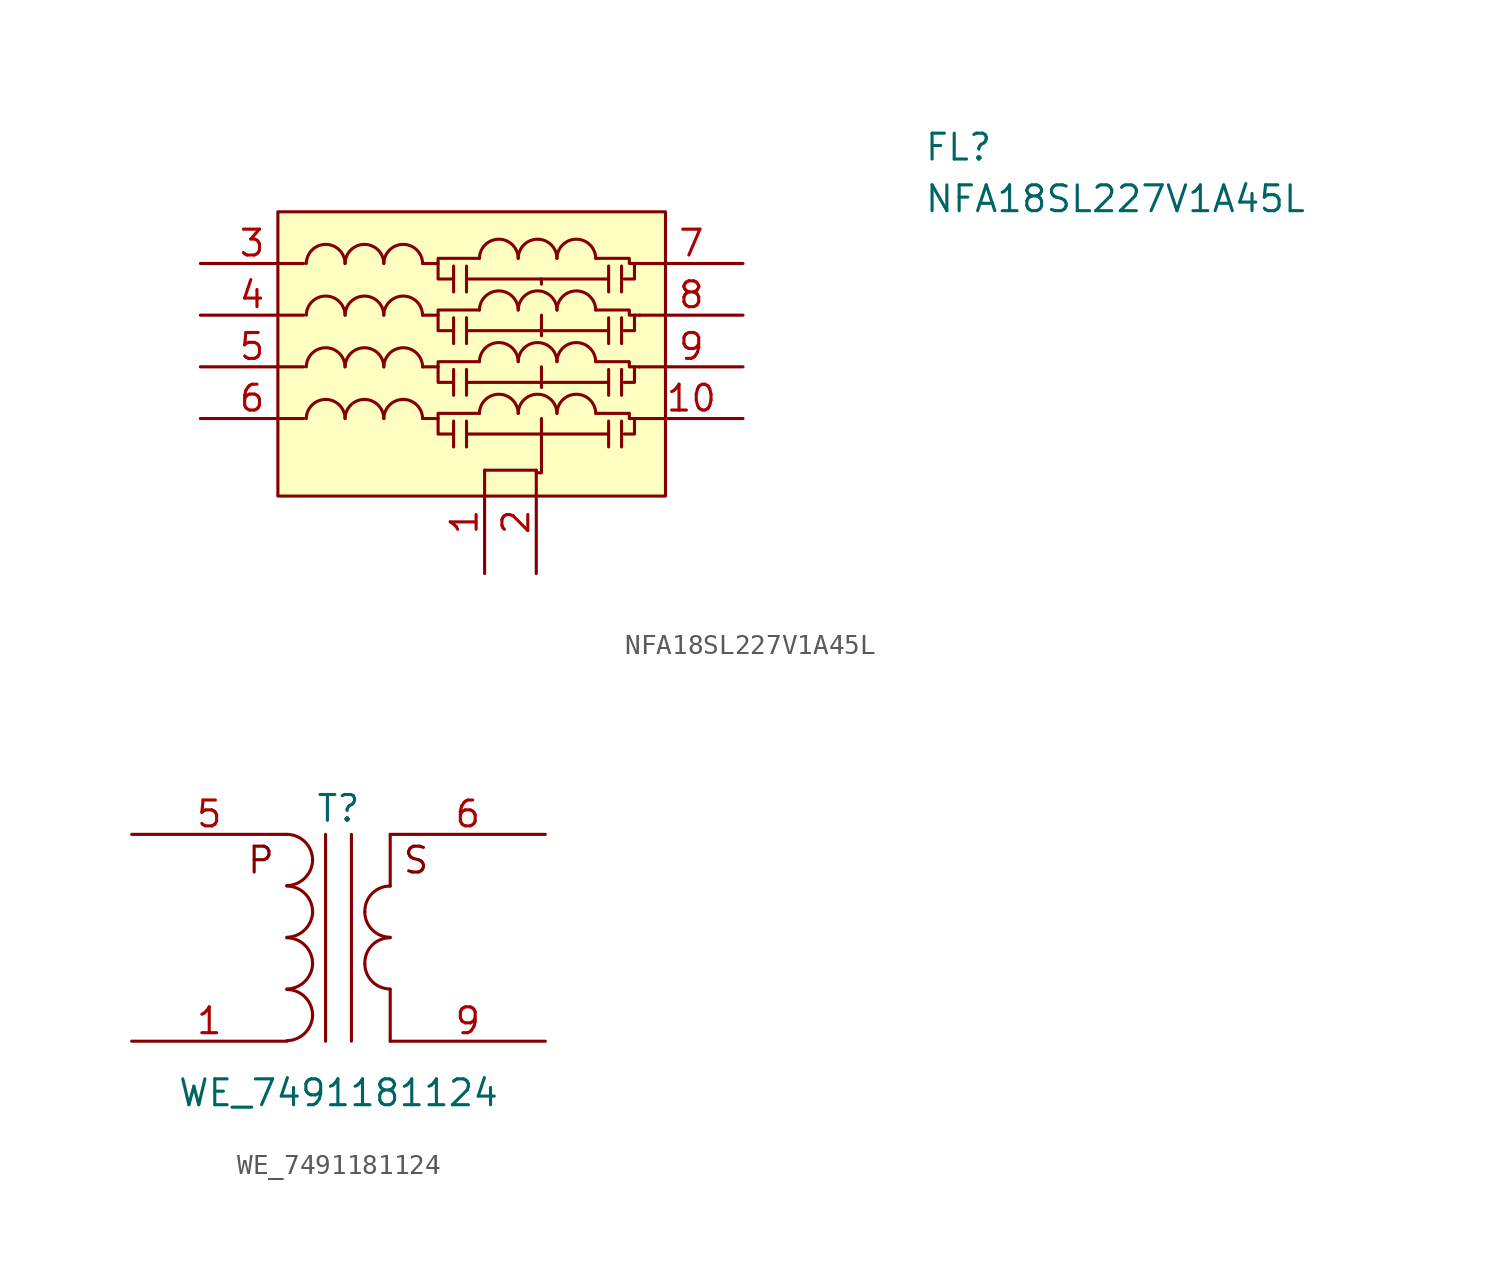
<source format=kicad_sym>
(kicad_symbol_lib
  (version 20211014)
  (generator kicad_symbol_editor)
  (symbol "NFA18SL227V1A45L"
    (pin_names
      (offset 0.762))
    (property "Reference" "FL"
      (at 20.32 9.525 0)
      (effects (font (size 1.27 1.27)) (justify left)))
    (property "Value" "NFA18SL227V1A45L"
      (at 20.32 6.985 0)
      (effects (font (size 1.27 1.27)) (justify left)))
    (symbol "NFA18SL227V1A45L_0_0"
      (pin passive line (at -1.27 -11.43 90) (length 5.08) (name "~" (effects (font (size 1.27 1.27)))) (number "1" (effects (font (size 1.27 1.27)))))
      (pin bidirectional line (at 11.43 -3.81 180) (length 5.08) (name "~" (effects (font (size 1.27 1.27)))) (number "10" (effects (font (size 1.27 1.27)))))
      (pin passive line (at 1.27 -11.43 90) (length 5.08) (name "~" (effects (font (size 1.27 1.27)))) (number "2" (effects (font (size 1.27 1.27)))))
      (pin bidirectional line (at -15.24 3.81 0) (length 5.08) (name "~" (effects (font (size 1.27 1.27)))) (number "3" (effects (font (size 1.27 1.27)))))
      (pin bidirectional line (at -15.24 1.27 0) (length 5.08) (name "~" (effects (font (size 1.27 1.27)))) (number "4" (effects (font (size 1.27 1.27)))))
      (pin bidirectional line (at -15.24 -1.27 0) (length 5.08) (name "~" (effects (font (size 1.27 1.27)))) (number "5" (effects (font (size 1.27 1.27)))))
      (pin bidirectional line (at -15.24 -3.81 0) (length 5.08) (name "~" (effects (font (size 1.27 1.27)))) (number "6" (effects (font (size 1.27 1.27)))))
      (pin bidirectional line (at 11.43 3.81 180) (length 5.08) (name "~" (effects (font (size 1.27 1.27)))) (number "7" (effects (font (size 1.27 1.27)))))
      (pin bidirectional line (at 11.43 1.27 180) (length 5.08) (name "~" (effects (font (size 1.27 1.27)))) (number "8" (effects (font (size 1.27 1.27)))))
      (pin bidirectional line (at 11.43 -1.27 180) (length 5.08) (name "~" (effects (font (size 1.27 1.27)))) (number "9" (effects (font (size 1.27 1.27))))))
    (symbol "NFA18SL227V1A45L_0_1"
      (rectangle (start -11.43 6.35) (end 7.62 -7.62) (stroke (width 0) (type default) (color 0 0 0 0)) (fill (type background)))
      (arc (start -8.128 3.81) (mid -9.0678 4.7498) (end -10.033 3.81) (stroke (width 0) (type default) (color 0 0 0 0)) (fill (type none)))
      (polyline (pts (xy -2.794 3.683) (xy -2.794 2.413)) (stroke (width 0) (type default) (color 0 0 0 0)) (fill (type none)))
      (polyline (pts (xy -2.159 3.683) (xy -2.159 2.413)) (stroke (width 0) (type default) (color 0 0 0 0)) (fill (type none)))
      (polyline (pts (xy -1.27 -6.35) (xy 1.27 -6.35)) (stroke (width 0) (type default) (color 0 0 0 0)) (fill (type none)))
      (polyline (pts (xy 1.524 -3.81) (xy 1.524 -5.334)) (stroke (width 0) (type default) (color 0 0 0 0)) (fill (type none)))
      (polyline (pts (xy 1.524 -1.27) (xy 1.524 -2.286)) (stroke (width 0) (type default) (color 0 0 0 0)) (fill (type none)))
      (polyline (pts (xy 1.524 0.508) (xy 1.524 0.254)) (stroke (width 0) (type default) (color 0 0 0 0)) (fill (type none)))
      (polyline (pts (xy 1.524 3.048) (xy 1.524 2.794)) (stroke (width 0) (type default) (color 0 0 0 0)) (fill (type none)))
      (polyline (pts (xy 4.826 3.048) (xy -2.159 3.048)) (stroke (width 0) (type default) (color 0 0 0 0)) (fill (type none)))
      (polyline (pts (xy 4.826 3.683) (xy 4.826 2.413)) (stroke (width 0) (type default) (color 0 0 0 0)) (fill (type none)))
      (polyline (pts (xy 5.461 3.683) (xy 5.461 2.413)) (stroke (width 0) (type default) (color 0 0 0 0)) (fill (type none)))
      (polyline (pts (xy 6.096 -3.81) (xy 6.35 -3.81)) (stroke (width 0) (type default) (color 0 0 0 0)) (fill (type none)))
      (polyline (pts (xy 6.096 -1.27) (xy 6.35 -1.27)) (stroke (width 0) (type default) (color 0 0 0 0)) (fill (type none)))
      (polyline (pts (xy 6.096 1.27) (xy 6.35 1.27)) (stroke (width 0) (type default) (color 0 0 0 0)) (fill (type none)))
      (polyline (pts (xy 6.096 3.81) (xy 6.35 3.81)) (stroke (width 0) (type default) (color 0 0 0 0)) (fill (type none)))
      (polyline (pts (xy -3.556 3.81) (xy -3.556 3.048) (xy -2.794 3.048)) (stroke (width 0) (type default) (color 0 0 0 0)) (fill (type none)))
      (polyline (pts (xy 1.524 -5.334) (xy 1.524 -6.477) (xy 1.27 -6.477)) (stroke (width 0) (type default) (color 0 0 0 0)) (fill (type none)))
      (polyline (pts (xy 1.524 1.27) (xy 1.524 1.016) (xy 1.524 0.508)) (stroke (width 0) (type default) (color 0 0 0 0)) (fill (type none)))
      (polyline (pts (xy -4.318 3.81) (xy -3.556 3.81) (xy -3.556 4.064) (xy -1.524 4.064)) (stroke (width 0) (type default) (color 0 0 0 0)) (fill (type none)))
      (polyline (pts (xy 4.191 4.064) (xy 5.842 4.064) (xy 5.842 3.81) (xy 6.096 3.81) (xy 6.096 3.048) (xy 5.588 3.048)) (stroke (width 0) (type default) (color 0 0 0 0)) (fill (type none))))
    (symbol "NFA18SL227V1A45L_1_1"
      (arc (start -8.128 -3.81) (mid -9.0678 -2.8702) (end -10.033 -3.81) (stroke (width 0) (type default) (color 0 0 0 0)) (fill (type none)))
      (arc (start -8.128 -1.27) (mid -9.0678 -0.3302) (end -10.033 -1.27) (stroke (width 0) (type default) (color 0 0 0 0)) (fill (type none)))
      (arc (start -8.128 1.27) (mid -9.0678 2.2098) (end -10.033 1.27) (stroke (width 0) (type default) (color 0 0 0 0)) (fill (type none)))
      (arc (start -6.223 -3.81) (mid -7.1628 -2.8702) (end -8.128 -3.81) (stroke (width 0) (type default) (color 0 0 0 0)) (fill (type none)))
      (arc (start -6.223 -1.27) (mid -7.1628 -0.3302) (end -8.128 -1.27) (stroke (width 0) (type default) (color 0 0 0 0)) (fill (type none)))
      (arc (start -6.223 1.27) (mid -7.1628 2.2098) (end -8.128 1.27) (stroke (width 0) (type default) (color 0 0 0 0)) (fill (type none)))
      (arc (start -6.223 3.81) (mid -7.1628 4.7498) (end -8.128 3.81) (stroke (width 0) (type default) (color 0 0 0 0)) (fill (type none)))
      (arc (start -4.318 -3.81) (mid -5.2578 -2.8702) (end -6.223 -3.81) (stroke (width 0) (type default) (color 0 0 0 0)) (fill (type none)))
      (arc (start -4.318 -1.27) (mid -5.2578 -0.3302) (end -6.223 -1.27) (stroke (width 0) (type default) (color 0 0 0 0)) (fill (type none)))
      (arc (start -4.318 1.27) (mid -5.2578 2.2098) (end -6.223 1.27) (stroke (width 0) (type default) (color 0 0 0 0)) (fill (type none)))
      (arc (start -4.318 3.81) (mid -5.2578 4.7498) (end -6.223 3.81) (stroke (width 0) (type default) (color 0 0 0 0)) (fill (type none)))
      (polyline (pts (xy -2.794 -3.937) (xy -2.794 -5.207)) (stroke (width 0) (type default) (color 0 0 0 0)) (fill (type none)))
      (polyline (pts (xy -2.794 -1.397) (xy -2.794 -2.667)) (stroke (width 0) (type default) (color 0 0 0 0)) (fill (type none)))
      (polyline (pts (xy -2.794 1.143) (xy -2.794 -0.127)) (stroke (width 0) (type default) (color 0 0 0 0)) (fill (type none)))
      (polyline (pts (xy -2.159 -3.937) (xy -2.159 -5.207)) (stroke (width 0) (type default) (color 0 0 0 0)) (fill (type none)))
      (polyline (pts (xy -2.159 -1.397) (xy -2.159 -2.667)) (stroke (width 0) (type default) (color 0 0 0 0)) (fill (type none)))
      (polyline (pts (xy -2.159 1.143) (xy -2.159 -0.127)) (stroke (width 0) (type default) (color 0 0 0 0)) (fill (type none)))
      (polyline (pts (xy 4.826 -4.572) (xy -2.159 -4.572)) (stroke (width 0) (type default) (color 0 0 0 0)) (fill (type none)))
      (polyline (pts (xy 4.826 -3.937) (xy 4.826 -5.207)) (stroke (width 0) (type default) (color 0 0 0 0)) (fill (type none)))
      (polyline (pts (xy 4.826 -2.032) (xy -2.159 -2.032)) (stroke (width 0) (type default) (color 0 0 0 0)) (fill (type none)))
      (polyline (pts (xy 4.826 -1.397) (xy 4.826 -2.667)) (stroke (width 0) (type default) (color 0 0 0 0)) (fill (type none)))
      (polyline (pts (xy 4.826 0.508) (xy -2.159 0.508)) (stroke (width 0) (type default) (color 0 0 0 0)) (fill (type none)))
      (polyline (pts (xy 4.826 1.143) (xy 4.826 -0.127)) (stroke (width 0) (type default) (color 0 0 0 0)) (fill (type none)))
      (polyline (pts (xy 5.461 -3.937) (xy 5.461 -5.207)) (stroke (width 0) (type default) (color 0 0 0 0)) (fill (type none)))
      (polyline (pts (xy 5.461 -1.397) (xy 5.461 -2.667)) (stroke (width 0) (type default) (color 0 0 0 0)) (fill (type none)))
      (polyline (pts (xy 5.461 1.143) (xy 5.461 -0.127)) (stroke (width 0) (type default) (color 0 0 0 0)) (fill (type none)))
      (polyline (pts (xy -3.556 -3.81) (xy -3.556 -4.572) (xy -2.794 -4.572)) (stroke (width 0) (type default) (color 0 0 0 0)) (fill (type none)))
      (polyline (pts (xy -3.556 -1.27) (xy -3.556 -2.032) (xy -2.794 -2.032)) (stroke (width 0) (type default) (color 0 0 0 0)) (fill (type none)))
      (polyline (pts (xy -3.556 1.27) (xy -3.556 0.508) (xy -2.794 0.508)) (stroke (width 0) (type default) (color 0 0 0 0)) (fill (type none)))
      (polyline (pts (xy -4.318 -3.81) (xy -3.556 -3.81) (xy -3.556 -3.556) (xy -1.524 -3.556)) (stroke (width 0) (type default) (color 0 0 0 0)) (fill (type none)))
      (polyline (pts (xy -4.318 -1.27) (xy -3.556 -1.27) (xy -3.556 -1.016) (xy -1.524 -1.016)) (stroke (width 0) (type default) (color 0 0 0 0)) (fill (type none)))
      (polyline (pts (xy -4.318 1.27) (xy -3.556 1.27) (xy -3.556 1.524) (xy -1.524 1.524)) (stroke (width 0) (type default) (color 0 0 0 0)) (fill (type none)))
      (polyline (pts (xy 4.191 -3.556) (xy 5.842 -3.556) (xy 5.842 -3.81) (xy 6.096 -3.81) (xy 6.096 -4.572) (xy 5.588 -4.572)) (stroke (width 0) (type default) (color 0 0 0 0)) (fill (type none)))
      (polyline (pts (xy 4.191 -1.016) (xy 5.842 -1.016) (xy 5.842 -1.27) (xy 6.096 -1.27) (xy 6.096 -2.032) (xy 5.588 -2.032)) (stroke (width 0) (type default) (color 0 0 0 0)) (fill (type none)))
      (polyline (pts (xy 4.191 1.524) (xy 5.842 1.524) (xy 5.842 1.27) (xy 6.096 1.27) (xy 6.096 0.508) (xy 5.588 0.508)) (stroke (width 0) (type default) (color 0 0 0 0)) (fill (type none)))
      (arc (start 0.381 -3.556) (mid -0.5588 -2.6162) (end -1.524 -3.556) (stroke (width 0) (type default) (color 0 0 0 0)) (fill (type none)))
      (arc (start 0.381 -1.016) (mid -0.5588 -0.0762) (end -1.524 -1.016) (stroke (width 0) (type default) (color 0 0 0 0)) (fill (type none)))
      (arc (start 0.381 1.524) (mid -0.5588 2.4638) (end -1.524 1.524) (stroke (width 0) (type default) (color 0 0 0 0)) (fill (type none)))
      (arc (start 0.381 4.064) (mid -0.5588 5.0038) (end -1.524 4.064) (stroke (width 0) (type default) (color 0 0 0 0)) (fill (type none)))
      (arc (start 2.286 -3.556) (mid 1.3462 -2.6162) (end 0.381 -3.556) (stroke (width 0) (type default) (color 0 0 0 0)) (fill (type none)))
      (arc (start 2.286 -1.016) (mid 1.3462 -0.0762) (end 0.381 -1.016) (stroke (width 0) (type default) (color 0 0 0 0)) (fill (type none)))
      (arc (start 2.286 1.524) (mid 1.3462 2.4638) (end 0.381 1.524) (stroke (width 0) (type default) (color 0 0 0 0)) (fill (type none)))
      (arc (start 2.286 4.064) (mid 1.3462 5.0038) (end 0.381 4.064) (stroke (width 0) (type default) (color 0 0 0 0)) (fill (type none)))
      (arc (start 4.191 -3.556) (mid 3.2512 -2.6162) (end 2.286 -3.556) (stroke (width 0) (type default) (color 0 0 0 0)) (fill (type none)))
      (arc (start 4.191 -1.016) (mid 3.2512 -0.0762) (end 2.286 -1.016) (stroke (width 0) (type default) (color 0 0 0 0)) (fill (type none)))
      (arc (start 4.191 1.524) (mid 3.2512 2.4638) (end 2.286 1.524) (stroke (width 0) (type default) (color 0 0 0 0)) (fill (type none)))
      (arc (start 4.191 4.064) (mid 3.2512 5.0038) (end 2.286 4.064) (stroke (width 0) (type default) (color 0 0 0 0)) (fill (type none)))))
  (symbol "WE_7491181124"
    (pin_names
      (offset 1.016) hide)
    (property "Reference" "T"
      (at 0 6.35 0)
      (effects (font (size 1.27 1.27))))
    (property "Value" "WE_7491181124"
      (at 0 -7.62 0)
      (effects (font (size 1.27 1.27))))
    (symbol "WE_7491181124_0_0"
      (text "P" (at -3.81 3.81 0) (effects (font (size 1.27 1.27))))
      (text "S" (at 3.81 3.81 0) (effects (font (size 1.27 1.27)))))
    (symbol "WE_7491181124_0_1"
      (arc (start -2.54 -5.0546) (mid -1.6599 -4.6901) (end -1.27 -3.81) (stroke (width 0) (type default) (color 0 0 0 0)) (fill (type none)))
      (arc (start -2.54 -2.5146) (mid -1.6599 -2.1501) (end -1.27 -1.27) (stroke (width 0) (type default) (color 0 0 0 0)) (fill (type none)))
      (arc (start -2.54 0.0254) (mid -1.6599 0.3899) (end -1.27 1.27) (stroke (width 0) (type default) (color 0 0 0 0)) (fill (type none)))
      (arc (start -2.54 2.5654) (mid -1.6599 2.9299) (end -1.27 3.81) (stroke (width 0) (type default) (color 0 0 0 0)) (fill (type none)))
      (arc (start -1.27 -3.81) (mid -1.642 -2.912) (end -2.54 -2.54) (stroke (width 0) (type default) (color 0 0 0 0)) (fill (type none)))
      (arc (start -1.27 -1.27) (mid -1.642 -0.372) (end -2.54 0) (stroke (width 0) (type default) (color 0 0 0 0)) (fill (type none)))
      (arc (start -1.27 1.27) (mid -1.642 2.168) (end -2.54 2.54) (stroke (width 0) (type default) (color 0 0 0 0)) (fill (type none)))
      (arc (start -1.27 3.81) (mid -1.642 4.708) (end -2.54 5.08) (stroke (width 0) (type default) (color 0 0 0 0)) (fill (type none)))
      (polyline (pts (xy -0.635 5.08) (xy -0.635 -5.08)) (stroke (width 0) (type default) (color 0 0 0 0)) (fill (type none)))
      (polyline (pts (xy 0.635 -5.08) (xy 0.635 5.08)) (stroke (width 0) (type default) (color 0 0 0 0)) (fill (type none)))
      (polyline (pts (xy 2.54 -2.54) (xy 2.54 -5.08)) (stroke (width 0) (type default) (color 0 0 0 0)) (fill (type none)))
      (polyline (pts (xy 2.54 2.54) (xy 2.54 5.08)) (stroke (width 0) (type default) (color 0 0 0 0)) (fill (type none)))
      (arc (start 1.2954 -1.27) (mid 1.6599 -2.1501) (end 2.54 -2.5146) (stroke (width 0) (type default) (color 0 0 0 0)) (fill (type none)))
      (arc (start 1.2954 1.27) (mid 1.6599 0.3899) (end 2.54 0.0254) (stroke (width 0) (type default) (color 0 0 0 0)) (fill (type none)))
      (arc (start 2.54 0) (mid 1.642 -0.372) (end 1.2954 -1.27) (stroke (width 0) (type default) (color 0 0 0 0)) (fill (type none)))
      (arc (start 2.54 2.54) (mid 1.642 2.168) (end 1.2954 1.27) (stroke (width 0) (type default) (color 0 0 0 0)) (fill (type none))))
    (symbol "WE_7491181124_1_1"
      (pin passive line (at -10.16 -5.08 0) (length 7.62) (name "AB" (effects (font (size 1.27 1.27)))) (number "1" (effects (font (size 1.27 1.27)))))
      (pin passive line (at -10.16 5.08 0) (length 7.62) (name "AA" (effects (font (size 1.27 1.27)))) (number "5" (effects (font (size 1.27 1.27)))))
      (pin passive line (at 10.16 5.08 180) (length 7.62) (name "SB" (effects (font (size 1.27 1.27)))) (number "6" (effects (font (size 1.27 1.27)))))
      (pin passive line (at 10.16 -5.08 180) (length 7.62) (name "SA" (effects (font (size 1.27 1.27)))) (number "9" (effects (font (size 1.27 1.27))))))))
</source>
